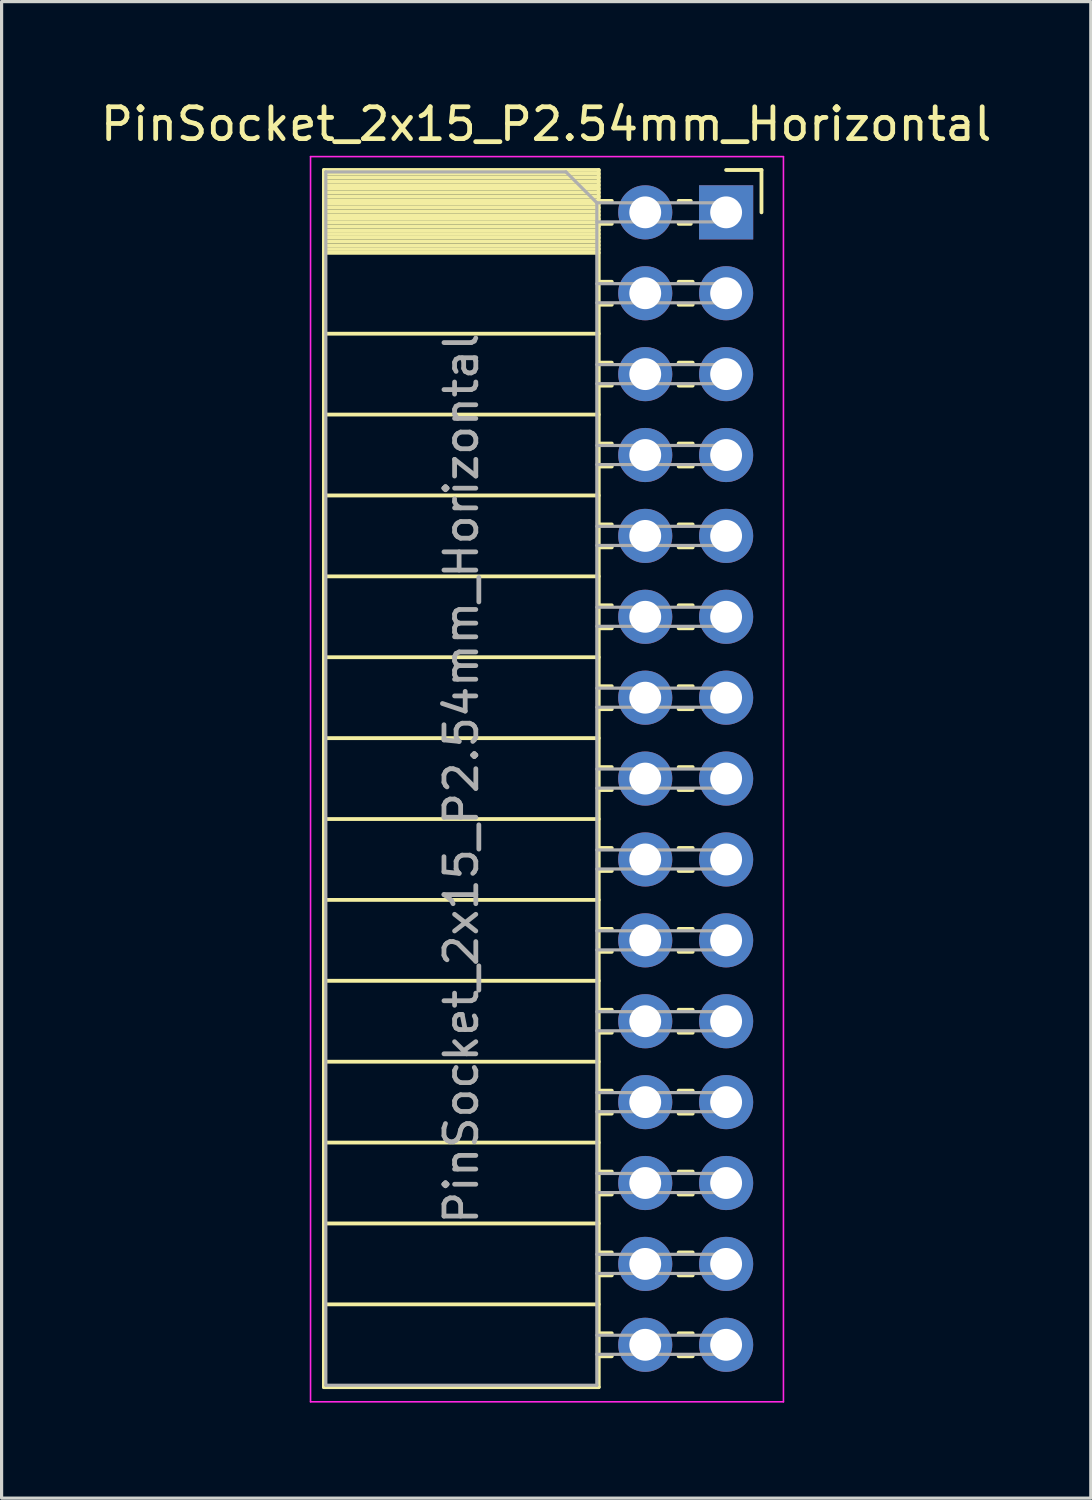
<source format=kicad_pcb>
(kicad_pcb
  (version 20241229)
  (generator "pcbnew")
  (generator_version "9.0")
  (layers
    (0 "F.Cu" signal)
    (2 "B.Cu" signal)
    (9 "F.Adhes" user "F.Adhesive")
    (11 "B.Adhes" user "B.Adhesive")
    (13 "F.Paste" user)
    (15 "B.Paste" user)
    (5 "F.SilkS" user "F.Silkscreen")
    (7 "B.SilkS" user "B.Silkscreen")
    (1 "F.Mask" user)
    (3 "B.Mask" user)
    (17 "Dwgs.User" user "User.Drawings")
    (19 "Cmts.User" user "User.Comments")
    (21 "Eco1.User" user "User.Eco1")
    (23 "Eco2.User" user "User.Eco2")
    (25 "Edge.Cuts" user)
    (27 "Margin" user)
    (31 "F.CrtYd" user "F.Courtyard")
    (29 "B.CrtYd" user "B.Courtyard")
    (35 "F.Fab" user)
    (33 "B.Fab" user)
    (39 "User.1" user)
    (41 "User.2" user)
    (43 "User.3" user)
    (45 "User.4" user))
  (footprint "PinSocket_2x15_P2.54mm_Horizontal"
    (layer "F.Cu")
    (at 19.751 3.618)
    (property "Reference" "PinSocket_2x15_P2.54mm_Horizontal" (at -5.65 -2.77 0) (layer "F.SilkS") (effects (font (size 1 1) (thickness 0.15))))
    (attr through_hole)
    (fp_line (start -12.63 -1.33) (end -12.63 36.89) (stroke (width 0.12) (type solid)) (layer "F.SilkS"))
    (fp_line (start -12.63 -1.33) (end -4 -1.33) (stroke (width 0.12) (type solid)) (layer "F.SilkS"))
    (fp_line (start -12.63 -1.21) (end -4 -1.21) (stroke (width 0.12) (type solid)) (layer "F.SilkS"))
    (fp_line (start -12.63 -1.092) (end -4 -1.092) (stroke (width 0.12) (type solid)) (layer "F.SilkS"))
    (fp_line (start -12.63 -0.974) (end -4 -0.974) (stroke (width 0.12) (type solid)) (layer "F.SilkS"))
    (fp_line (start -12.63 -0.856) (end -4 -0.856) (stroke (width 0.12) (type solid)) (layer "F.SilkS"))
    (fp_line (start -12.63 -0.738) (end -4 -0.738) (stroke (width 0.12) (type solid)) (layer "F.SilkS"))
    (fp_line (start -12.63 -0.62) (end -4 -0.62) (stroke (width 0.12) (type solid)) (layer "F.SilkS"))
    (fp_line (start -12.63 -0.501) (end -4 -0.501) (stroke (width 0.12) (type solid)) (layer "F.SilkS"))
    (fp_line (start -12.63 -0.383) (end -4 -0.383) (stroke (width 0.12) (type solid)) (layer "F.SilkS"))
    (fp_line (start -12.63 -0.265) (end -4 -0.265) (stroke (width 0.12) (type solid)) (layer "F.SilkS"))
    (fp_line (start -12.63 -0.147) (end -4 -0.147) (stroke (width 0.12) (type solid)) (layer "F.SilkS"))
    (fp_line (start -12.63 -0.029) (end -4 -0.029) (stroke (width 0.12) (type solid)) (layer "F.SilkS"))
    (fp_line (start -12.63 0.089) (end -4 0.089) (stroke (width 0.12) (type solid)) (layer "F.SilkS"))
    (fp_line (start -12.63 0.207) (end -4 0.207) (stroke (width 0.12) (type solid)) (layer "F.SilkS"))
    (fp_line (start -12.63 0.325) (end -4 0.325) (stroke (width 0.12) (type solid)) (layer "F.SilkS"))
    (fp_line (start -12.63 0.443) (end -4 0.443) (stroke (width 0.12) (type solid)) (layer "F.SilkS"))
    (fp_line (start -12.63 0.561) (end -4 0.561) (stroke (width 0.12) (type solid)) (layer "F.SilkS"))
    (fp_line (start -12.63 0.68) (end -4 0.68) (stroke (width 0.12) (type solid)) (layer "F.SilkS"))
    (fp_line (start -12.63 0.798) (end -4 0.798) (stroke (width 0.12) (type solid)) (layer "F.SilkS"))
    (fp_line (start -12.63 0.916) (end -4 0.916) (stroke (width 0.12) (type solid)) (layer "F.SilkS"))
    (fp_line (start -12.63 1.034) (end -4 1.034) (stroke (width 0.12) (type solid)) (layer "F.SilkS"))
    (fp_line (start -12.63 1.152) (end -4 1.152) (stroke (width 0.12) (type solid)) (layer "F.SilkS"))
    (fp_line (start -12.63 1.27) (end -4 1.27) (stroke (width 0.12) (type solid)) (layer "F.SilkS"))
    (fp_line (start -12.63 3.81) (end -4 3.81) (stroke (width 0.12) (type solid)) (layer "F.SilkS"))
    (fp_line (start -12.63 6.35) (end -4 6.35) (stroke (width 0.12) (type solid)) (layer "F.SilkS"))
    (fp_line (start -12.63 8.89) (end -4 8.89) (stroke (width 0.12) (type solid)) (layer "F.SilkS"))
    (fp_line (start -12.63 11.43) (end -4 11.43) (stroke (width 0.12) (type solid)) (layer "F.SilkS"))
    (fp_line (start -12.63 13.97) (end -4 13.97) (stroke (width 0.12) (type solid)) (layer "F.SilkS"))
    (fp_line (start -12.63 16.51) (end -4 16.51) (stroke (width 0.12) (type solid)) (layer "F.SilkS"))
    (fp_line (start -12.63 19.05) (end -4 19.05) (stroke (width 0.12) (type solid)) (layer "F.SilkS"))
    (fp_line (start -12.63 21.59) (end -4 21.59) (stroke (width 0.12) (type solid)) (layer "F.SilkS"))
    (fp_line (start -12.63 24.13) (end -4 24.13) (stroke (width 0.12) (type solid)) (layer "F.SilkS"))
    (fp_line (start -12.63 26.67) (end -4 26.67) (stroke (width 0.12) (type solid)) (layer "F.SilkS"))
    (fp_line (start -12.63 29.21) (end -4 29.21) (stroke (width 0.12) (type solid)) (layer "F.SilkS"))
    (fp_line (start -12.63 31.75) (end -4 31.75) (stroke (width 0.12) (type solid)) (layer "F.SilkS"))
    (fp_line (start -12.63 34.29) (end -4 34.29) (stroke (width 0.12) (type solid)) (layer "F.SilkS"))
    (fp_line (start -12.63 36.89) (end -4 36.89) (stroke (width 0.12) (type solid)) (layer "F.SilkS"))
    (fp_line (start -4 -1.33) (end -4 36.89) (stroke (width 0.12) (type solid)) (layer "F.SilkS"))
    (fp_line (start -4 -0.36) (end -3.59 -0.36) (stroke (width 0.12) (type solid)) (layer "F.SilkS"))
    (fp_line (start -4 0.36) (end -3.59 0.36) (stroke (width 0.12) (type solid)) (layer "F.SilkS"))
    (fp_line (start -4 2.18) (end -3.59 2.18) (stroke (width 0.12) (type solid)) (layer "F.SilkS"))
    (fp_line (start -4 2.9) (end -3.59 2.9) (stroke (width 0.12) (type solid)) (layer "F.SilkS"))
    (fp_line (start -4 4.72) (end -3.59 4.72) (stroke (width 0.12) (type solid)) (layer "F.SilkS"))
    (fp_line (start -4 5.44) (end -3.59 5.44) (stroke (width 0.12) (type solid)) (layer "F.SilkS"))
    (fp_line (start -4 7.26) (end -3.59 7.26) (stroke (width 0.12) (type solid)) (layer "F.SilkS"))
    (fp_line (start -4 7.98) (end -3.59 7.98) (stroke (width 0.12) (type solid)) (layer "F.SilkS"))
    (fp_line (start -4 9.8) (end -3.59 9.8) (stroke (width 0.12) (type solid)) (layer "F.SilkS"))
    (fp_line (start -4 10.52) (end -3.59 10.52) (stroke (width 0.12) (type solid)) (layer "F.SilkS"))
    (fp_line (start -4 12.34) (end -3.59 12.34) (stroke (width 0.12) (type solid)) (layer "F.SilkS"))
    (fp_line (start -4 13.06) (end -3.59 13.06) (stroke (width 0.12) (type solid)) (layer "F.SilkS"))
    (fp_line (start -4 14.88) (end -3.59 14.88) (stroke (width 0.12) (type solid)) (layer "F.SilkS"))
    (fp_line (start -4 15.6) (end -3.59 15.6) (stroke (width 0.12) (type solid)) (layer "F.SilkS"))
    (fp_line (start -4 17.42) (end -3.59 17.42) (stroke (width 0.12) (type solid)) (layer "F.SilkS"))
    (fp_line (start -4 18.14) (end -3.59 18.14) (stroke (width 0.12) (type solid)) (layer "F.SilkS"))
    (fp_line (start -4 19.96) (end -3.59 19.96) (stroke (width 0.12) (type solid)) (layer "F.SilkS"))
    (fp_line (start -4 20.68) (end -3.59 20.68) (stroke (width 0.12) (type solid)) (layer "F.SilkS"))
    (fp_line (start -4 22.5) (end -3.59 22.5) (stroke (width 0.12) (type solid)) (layer "F.SilkS"))
    (fp_line (start -4 23.22) (end -3.59 23.22) (stroke (width 0.12) (type solid)) (layer "F.SilkS"))
    (fp_line (start -4 25.04) (end -3.59 25.04) (stroke (width 0.12) (type solid)) (layer "F.SilkS"))
    (fp_line (start -4 25.76) (end -3.59 25.76) (stroke (width 0.12) (type solid)) (layer "F.SilkS"))
    (fp_line (start -4 27.58) (end -3.59 27.58) (stroke (width 0.12) (type solid)) (layer "F.SilkS"))
    (fp_line (start -4 28.3) (end -3.59 28.3) (stroke (width 0.12) (type solid)) (layer "F.SilkS"))
    (fp_line (start -4 30.12) (end -3.59 30.12) (stroke (width 0.12) (type solid)) (layer "F.SilkS"))
    (fp_line (start -4 30.84) (end -3.59 30.84) (stroke (width 0.12) (type solid)) (layer "F.SilkS"))
    (fp_line (start -4 32.66) (end -3.59 32.66) (stroke (width 0.12) (type solid)) (layer "F.SilkS"))
    (fp_line (start -4 33.38) (end -3.59 33.38) (stroke (width 0.12) (type solid)) (layer "F.SilkS"))
    (fp_line (start -4 35.2) (end -3.59 35.2) (stroke (width 0.12) (type solid)) (layer "F.SilkS"))
    (fp_line (start -4 35.92) (end -3.59 35.92) (stroke (width 0.12) (type solid)) (layer "F.SilkS"))
    (fp_line (start -1.49 -0.36) (end -1.11 -0.36) (stroke (width 0.12) (type solid)) (layer "F.SilkS"))
    (fp_line (start -1.49 0.36) (end -1.11 0.36) (stroke (width 0.12) (type solid)) (layer "F.SilkS"))
    (fp_line (start -1.49 2.18) (end -1.05 2.18) (stroke (width 0.12) (type solid)) (layer "F.SilkS"))
    (fp_line (start -1.49 2.9) (end -1.05 2.9) (stroke (width 0.12) (type solid)) (layer "F.SilkS"))
    (fp_line (start -1.49 4.72) (end -1.05 4.72) (stroke (width 0.12) (type solid)) (layer "F.SilkS"))
    (fp_line (start -1.49 5.44) (end -1.05 5.44) (stroke (width 0.12) (type solid)) (layer "F.SilkS"))
    (fp_line (start -1.49 7.26) (end -1.05 7.26) (stroke (width 0.12) (type solid)) (layer "F.SilkS"))
    (fp_line (start -1.49 7.98) (end -1.05 7.98) (stroke (width 0.12) (type solid)) (layer "F.SilkS"))
    (fp_line (start -1.49 9.8) (end -1.05 9.8) (stroke (width 0.12) (type solid)) (layer "F.SilkS"))
    (fp_line (start -1.49 10.52) (end -1.05 10.52) (stroke (width 0.12) (type solid)) (layer "F.SilkS"))
    (fp_line (start -1.49 12.34) (end -1.05 12.34) (stroke (width 0.12) (type solid)) (layer "F.SilkS"))
    (fp_line (start -1.49 13.06) (end -1.05 13.06) (stroke (width 0.12) (type solid)) (layer "F.SilkS"))
    (fp_line (start -1.49 14.88) (end -1.05 14.88) (stroke (width 0.12) (type solid)) (layer "F.SilkS"))
    (fp_line (start -1.49 15.6) (end -1.05 15.6) (stroke (width 0.12) (type solid)) (layer "F.SilkS"))
    (fp_line (start -1.49 17.42) (end -1.05 17.42) (stroke (width 0.12) (type solid)) (layer "F.SilkS"))
    (fp_line (start -1.49 18.14) (end -1.05 18.14) (stroke (width 0.12) (type solid)) (layer "F.SilkS"))
    (fp_line (start -1.49 19.96) (end -1.05 19.96) (stroke (width 0.12) (type solid)) (layer "F.SilkS"))
    (fp_line (start -1.49 20.68) (end -1.05 20.68) (stroke (width 0.12) (type solid)) (layer "F.SilkS"))
    (fp_line (start -1.49 22.5) (end -1.05 22.5) (stroke (width 0.12) (type solid)) (layer "F.SilkS"))
    (fp_line (start -1.49 23.22) (end -1.05 23.22) (stroke (width 0.12) (type solid)) (layer "F.SilkS"))
    (fp_line (start -1.49 25.04) (end -1.05 25.04) (stroke (width 0.12) (type solid)) (layer "F.SilkS"))
    (fp_line (start -1.49 25.76) (end -1.05 25.76) (stroke (width 0.12) (type solid)) (layer "F.SilkS"))
    (fp_line (start -1.49 27.58) (end -1.05 27.58) (stroke (width 0.12) (type solid)) (layer "F.SilkS"))
    (fp_line (start -1.49 28.3) (end -1.05 28.3) (stroke (width 0.12) (type solid)) (layer "F.SilkS"))
    (fp_line (start -1.49 30.12) (end -1.05 30.12) (stroke (width 0.12) (type solid)) (layer "F.SilkS"))
    (fp_line (start -1.49 30.84) (end -1.05 30.84) (stroke (width 0.12) (type solid)) (layer "F.SilkS"))
    (fp_line (start -1.49 32.66) (end -1.05 32.66) (stroke (width 0.12) (type solid)) (layer "F.SilkS"))
    (fp_line (start -1.49 33.38) (end -1.05 33.38) (stroke (width 0.12) (type solid)) (layer "F.SilkS"))
    (fp_line (start -1.49 35.2) (end -1.05 35.2) (stroke (width 0.12) (type solid)) (layer "F.SilkS"))
    (fp_line (start -1.49 35.92) (end -1.05 35.92) (stroke (width 0.12) (type solid)) (layer "F.SilkS"))
    (fp_line (start 0 -1.33) (end 1.11 -1.33) (stroke (width 0.12) (type solid)) (layer "F.SilkS"))
    (fp_line (start 1.11 -1.33) (end 1.11 0) (stroke (width 0.12) (type solid)) (layer "F.SilkS"))
    (fp_line (start -13.05 -1.75) (end -13.05 37.35) (stroke (width 0.05) (type solid)) (layer "F.CrtYd"))
    (fp_line (start -13.05 37.35) (end 1.8 37.35) (stroke (width 0.05) (type solid)) (layer "F.CrtYd"))
    (fp_line (start 1.8 -1.75) (end -13.05 -1.75) (stroke (width 0.05) (type solid)) (layer "F.CrtYd"))
    (fp_line (start 1.8 37.35) (end 1.8 -1.75) (stroke (width 0.05) (type solid)) (layer "F.CrtYd"))
    (fp_line (start -12.57 -1.27) (end -5.03 -1.27) (stroke (width 0.1) (type solid)) (layer "F.Fab"))
    (fp_line (start -12.57 36.83) (end -12.57 -1.27) (stroke (width 0.1) (type solid)) (layer "F.Fab"))
    (fp_line (start -5.03 -1.27) (end -4.06 -0.3) (stroke (width 0.1) (type solid)) (layer "F.Fab"))
    (fp_line (start -4.06 -0.3) (end -4.06 36.83) (stroke (width 0.1) (type solid)) (layer "F.Fab"))
    (fp_line (start -4.06 0.3) (end 0 0.3) (stroke (width 0.1) (type solid)) (layer "F.Fab"))
    (fp_line (start -4.06 2.84) (end 0 2.84) (stroke (width 0.1) (type solid)) (layer "F.Fab"))
    (fp_line (start -4.06 5.38) (end 0 5.38) (stroke (width 0.1) (type solid)) (layer "F.Fab"))
    (fp_line (start -4.06 7.92) (end 0 7.92) (stroke (width 0.1) (type solid)) (layer "F.Fab"))
    (fp_line (start -4.06 10.46) (end 0 10.46) (stroke (width 0.1) (type solid)) (layer "F.Fab"))
    (fp_line (start -4.06 13) (end 0 13) (stroke (width 0.1) (type solid)) (layer "F.Fab"))
    (fp_line (start -4.06 15.54) (end 0 15.54) (stroke (width 0.1) (type solid)) (layer "F.Fab"))
    (fp_line (start -4.06 18.08) (end 0 18.08) (stroke (width 0.1) (type solid)) (layer "F.Fab"))
    (fp_line (start -4.06 20.62) (end 0 20.62) (stroke (width 0.1) (type solid)) (layer "F.Fab"))
    (fp_line (start -4.06 23.16) (end 0 23.16) (stroke (width 0.1) (type solid)) (layer "F.Fab"))
    (fp_line (start -4.06 25.7) (end 0 25.7) (stroke (width 0.1) (type solid)) (layer "F.Fab"))
    (fp_line (start -4.06 28.24) (end 0 28.24) (stroke (width 0.1) (type solid)) (layer "F.Fab"))
    (fp_line (start -4.06 30.78) (end 0 30.78) (stroke (width 0.1) (type solid)) (layer "F.Fab"))
    (fp_line (start -4.06 33.32) (end 0 33.32) (stroke (width 0.1) (type solid)) (layer "F.Fab"))
    (fp_line (start -4.06 35.86) (end 0 35.86) (stroke (width 0.1) (type solid)) (layer "F.Fab"))
    (fp_line (start -4.06 36.83) (end -12.57 36.83) (stroke (width 0.1) (type solid)) (layer "F.Fab"))
    (fp_line (start 0 -0.3) (end -4.06 -0.3) (stroke (width 0.1) (type solid)) (layer "F.Fab"))
    (fp_line (start 0 0.3) (end 0 -0.3) (stroke (width 0.1) (type solid)) (layer "F.Fab"))
    (fp_line (start 0 2.24) (end -4.06 2.24) (stroke (width 0.1) (type solid)) (layer "F.Fab"))
    (fp_line (start 0 2.84) (end 0 2.24) (stroke (width 0.1) (type solid)) (layer "F.Fab"))
    (fp_line (start 0 4.78) (end -4.06 4.78) (stroke (width 0.1) (type solid)) (layer "F.Fab"))
    (fp_line (start 0 5.38) (end 0 4.78) (stroke (width 0.1) (type solid)) (layer "F.Fab"))
    (fp_line (start 0 7.32) (end -4.06 7.32) (stroke (width 0.1) (type solid)) (layer "F.Fab"))
    (fp_line (start 0 7.92) (end 0 7.32) (stroke (width 0.1) (type solid)) (layer "F.Fab"))
    (fp_line (start 0 9.86) (end -4.06 9.86) (stroke (width 0.1) (type solid)) (layer "F.Fab"))
    (fp_line (start 0 10.46) (end 0 9.86) (stroke (width 0.1) (type solid)) (layer "F.Fab"))
    (fp_line (start 0 12.4) (end -4.06 12.4) (stroke (width 0.1) (type solid)) (layer "F.Fab"))
    (fp_line (start 0 13) (end 0 12.4) (stroke (width 0.1) (type solid)) (layer "F.Fab"))
    (fp_line (start 0 14.94) (end -4.06 14.94) (stroke (width 0.1) (type solid)) (layer "F.Fab"))
    (fp_line (start 0 15.54) (end 0 14.94) (stroke (width 0.1) (type solid)) (layer "F.Fab"))
    (fp_line (start 0 17.48) (end -4.06 17.48) (stroke (width 0.1) (type solid)) (layer "F.Fab"))
    (fp_line (start 0 18.08) (end 0 17.48) (stroke (width 0.1) (type solid)) (layer "F.Fab"))
    (fp_line (start 0 20.02) (end -4.06 20.02) (stroke (width 0.1) (type solid)) (layer "F.Fab"))
    (fp_line (start 0 20.62) (end 0 20.02) (stroke (width 0.1) (type solid)) (layer "F.Fab"))
    (fp_line (start 0 22.56) (end -4.06 22.56) (stroke (width 0.1) (type solid)) (layer "F.Fab"))
    (fp_line (start 0 23.16) (end 0 22.56) (stroke (width 0.1) (type solid)) (layer "F.Fab"))
    (fp_line (start 0 25.1) (end -4.06 25.1) (stroke (width 0.1) (type solid)) (layer "F.Fab"))
    (fp_line (start 0 25.7) (end 0 25.1) (stroke (width 0.1) (type solid)) (layer "F.Fab"))
    (fp_line (start 0 27.64) (end -4.06 27.64) (stroke (width 0.1) (type solid)) (layer "F.Fab"))
    (fp_line (start 0 28.24) (end 0 27.64) (stroke (width 0.1) (type solid)) (layer "F.Fab"))
    (fp_line (start 0 30.18) (end -4.06 30.18) (stroke (width 0.1) (type solid)) (layer "F.Fab"))
    (fp_line (start 0 30.78) (end 0 30.18) (stroke (width 0.1) (type solid)) (layer "F.Fab"))
    (fp_line (start 0 32.72) (end -4.06 32.72) (stroke (width 0.1) (type solid)) (layer "F.Fab"))
    (fp_line (start 0 33.32) (end 0 32.72) (stroke (width 0.1) (type solid)) (layer "F.Fab"))
    (fp_line (start 0 35.26) (end -4.06 35.26) (stroke (width 0.1) (type solid)) (layer "F.Fab"))
    (fp_line (start 0 35.86) (end 0 35.26) (stroke (width 0.1) (type solid)) (layer "F.Fab"))
    (fp_text user "${REFERENCE}" (at -8.315 17.78 90) (layer "F.Fab") (effects (font (size 1 1) (thickness 0.15))))
    (pad "1" thru_hole rect (at 0 0) (size 1.7 1.7) (drill 1) (layers "*.Cu" "*.Mask"))
    (pad "2" thru_hole oval (at -2.54 0) (size 1.7 1.7) (drill 1) (layers "*.Cu" "*.Mask"))
    (pad "3" thru_hole oval (at 0 2.54) (size 1.7 1.7) (drill 1) (layers "*.Cu" "*.Mask"))
    (pad "4" thru_hole oval (at -2.54 2.54) (size 1.7 1.7) (drill 1) (layers "*.Cu" "*.Mask"))
    (pad "5" thru_hole oval (at 0 5.08) (size 1.7 1.7) (drill 1) (layers "*.Cu" "*.Mask"))
    (pad "6" thru_hole oval (at -2.54 5.08) (size 1.7 1.7) (drill 1) (layers "*.Cu" "*.Mask"))
    (pad "7" thru_hole oval (at 0 7.62) (size 1.7 1.7) (drill 1) (layers "*.Cu" "*.Mask"))
    (pad "8" thru_hole oval (at -2.54 7.62) (size 1.7 1.7) (drill 1) (layers "*.Cu" "*.Mask"))
    (pad "9" thru_hole oval (at 0 10.16) (size 1.7 1.7) (drill 1) (layers "*.Cu" "*.Mask"))
    (pad "10" thru_hole oval (at -2.54 10.16) (size 1.7 1.7) (drill 1) (layers "*.Cu" "*.Mask"))
    (pad "11" thru_hole oval (at 0 12.7) (size 1.7 1.7) (drill 1) (layers "*.Cu" "*.Mask"))
    (pad "12" thru_hole oval (at -2.54 12.7) (size 1.7 1.7) (drill 1) (layers "*.Cu" "*.Mask"))
    (pad "13" thru_hole oval (at 0 15.24) (size 1.7 1.7) (drill 1) (layers "*.Cu" "*.Mask"))
    (pad "14" thru_hole oval (at -2.54 15.24) (size 1.7 1.7) (drill 1) (layers "*.Cu" "*.Mask"))
    (pad "15" thru_hole oval (at 0 17.78) (size 1.7 1.7) (drill 1) (layers "*.Cu" "*.Mask"))
    (pad "16" thru_hole oval (at -2.54 17.78) (size 1.7 1.7) (drill 1) (layers "*.Cu" "*.Mask"))
    (pad "17" thru_hole oval (at 0 20.32) (size 1.7 1.7) (drill 1) (layers "*.Cu" "*.Mask"))
    (pad "18" thru_hole oval (at -2.54 20.32) (size 1.7 1.7) (drill 1) (layers "*.Cu" "*.Mask"))
    (pad "19" thru_hole oval (at 0 22.86) (size 1.7 1.7) (drill 1) (layers "*.Cu" "*.Mask"))
    (pad "20" thru_hole oval (at -2.54 22.86) (size 1.7 1.7) (drill 1) (layers "*.Cu" "*.Mask"))
    (pad "21" thru_hole oval (at 0 25.4) (size 1.7 1.7) (drill 1) (layers "*.Cu" "*.Mask"))
    (pad "22" thru_hole oval (at -2.54 25.4) (size 1.7 1.7) (drill 1) (layers "*.Cu" "*.Mask"))
    (pad "23" thru_hole oval (at 0 27.94) (size 1.7 1.7) (drill 1) (layers "*.Cu" "*.Mask"))
    (pad "24" thru_hole oval (at -2.54 27.94) (size 1.7 1.7) (drill 1) (layers "*.Cu" "*.Mask"))
    (pad "25" thru_hole oval (at 0 30.48) (size 1.7 1.7) (drill 1) (layers "*.Cu" "*.Mask"))
    (pad "26" thru_hole oval (at -2.54 30.48) (size 1.7 1.7) (drill 1) (layers "*.Cu" "*.Mask"))
    (pad "27" thru_hole oval (at 0 33.02) (size 1.7 1.7) (drill 1) (layers "*.Cu" "*.Mask"))
    (pad "28" thru_hole oval (at -2.54 33.02) (size 1.7 1.7) (drill 1) (layers "*.Cu" "*.Mask"))
    (pad "29" thru_hole oval (at 0 35.56) (size 1.7 1.7) (drill 1) (layers "*.Cu" "*.Mask"))
    (pad "30" thru_hole oval (at -2.54 35.56) (size 1.7 1.7) (drill 1) (layers "*.Cu" "*.Mask")))
  (gr_rect
    (start -3 -3)
    (end 31.202 43.993)
    (stroke (width 0.1) (type default))
    (fill no)
    (layer "Edge.Cuts")))
</source>
